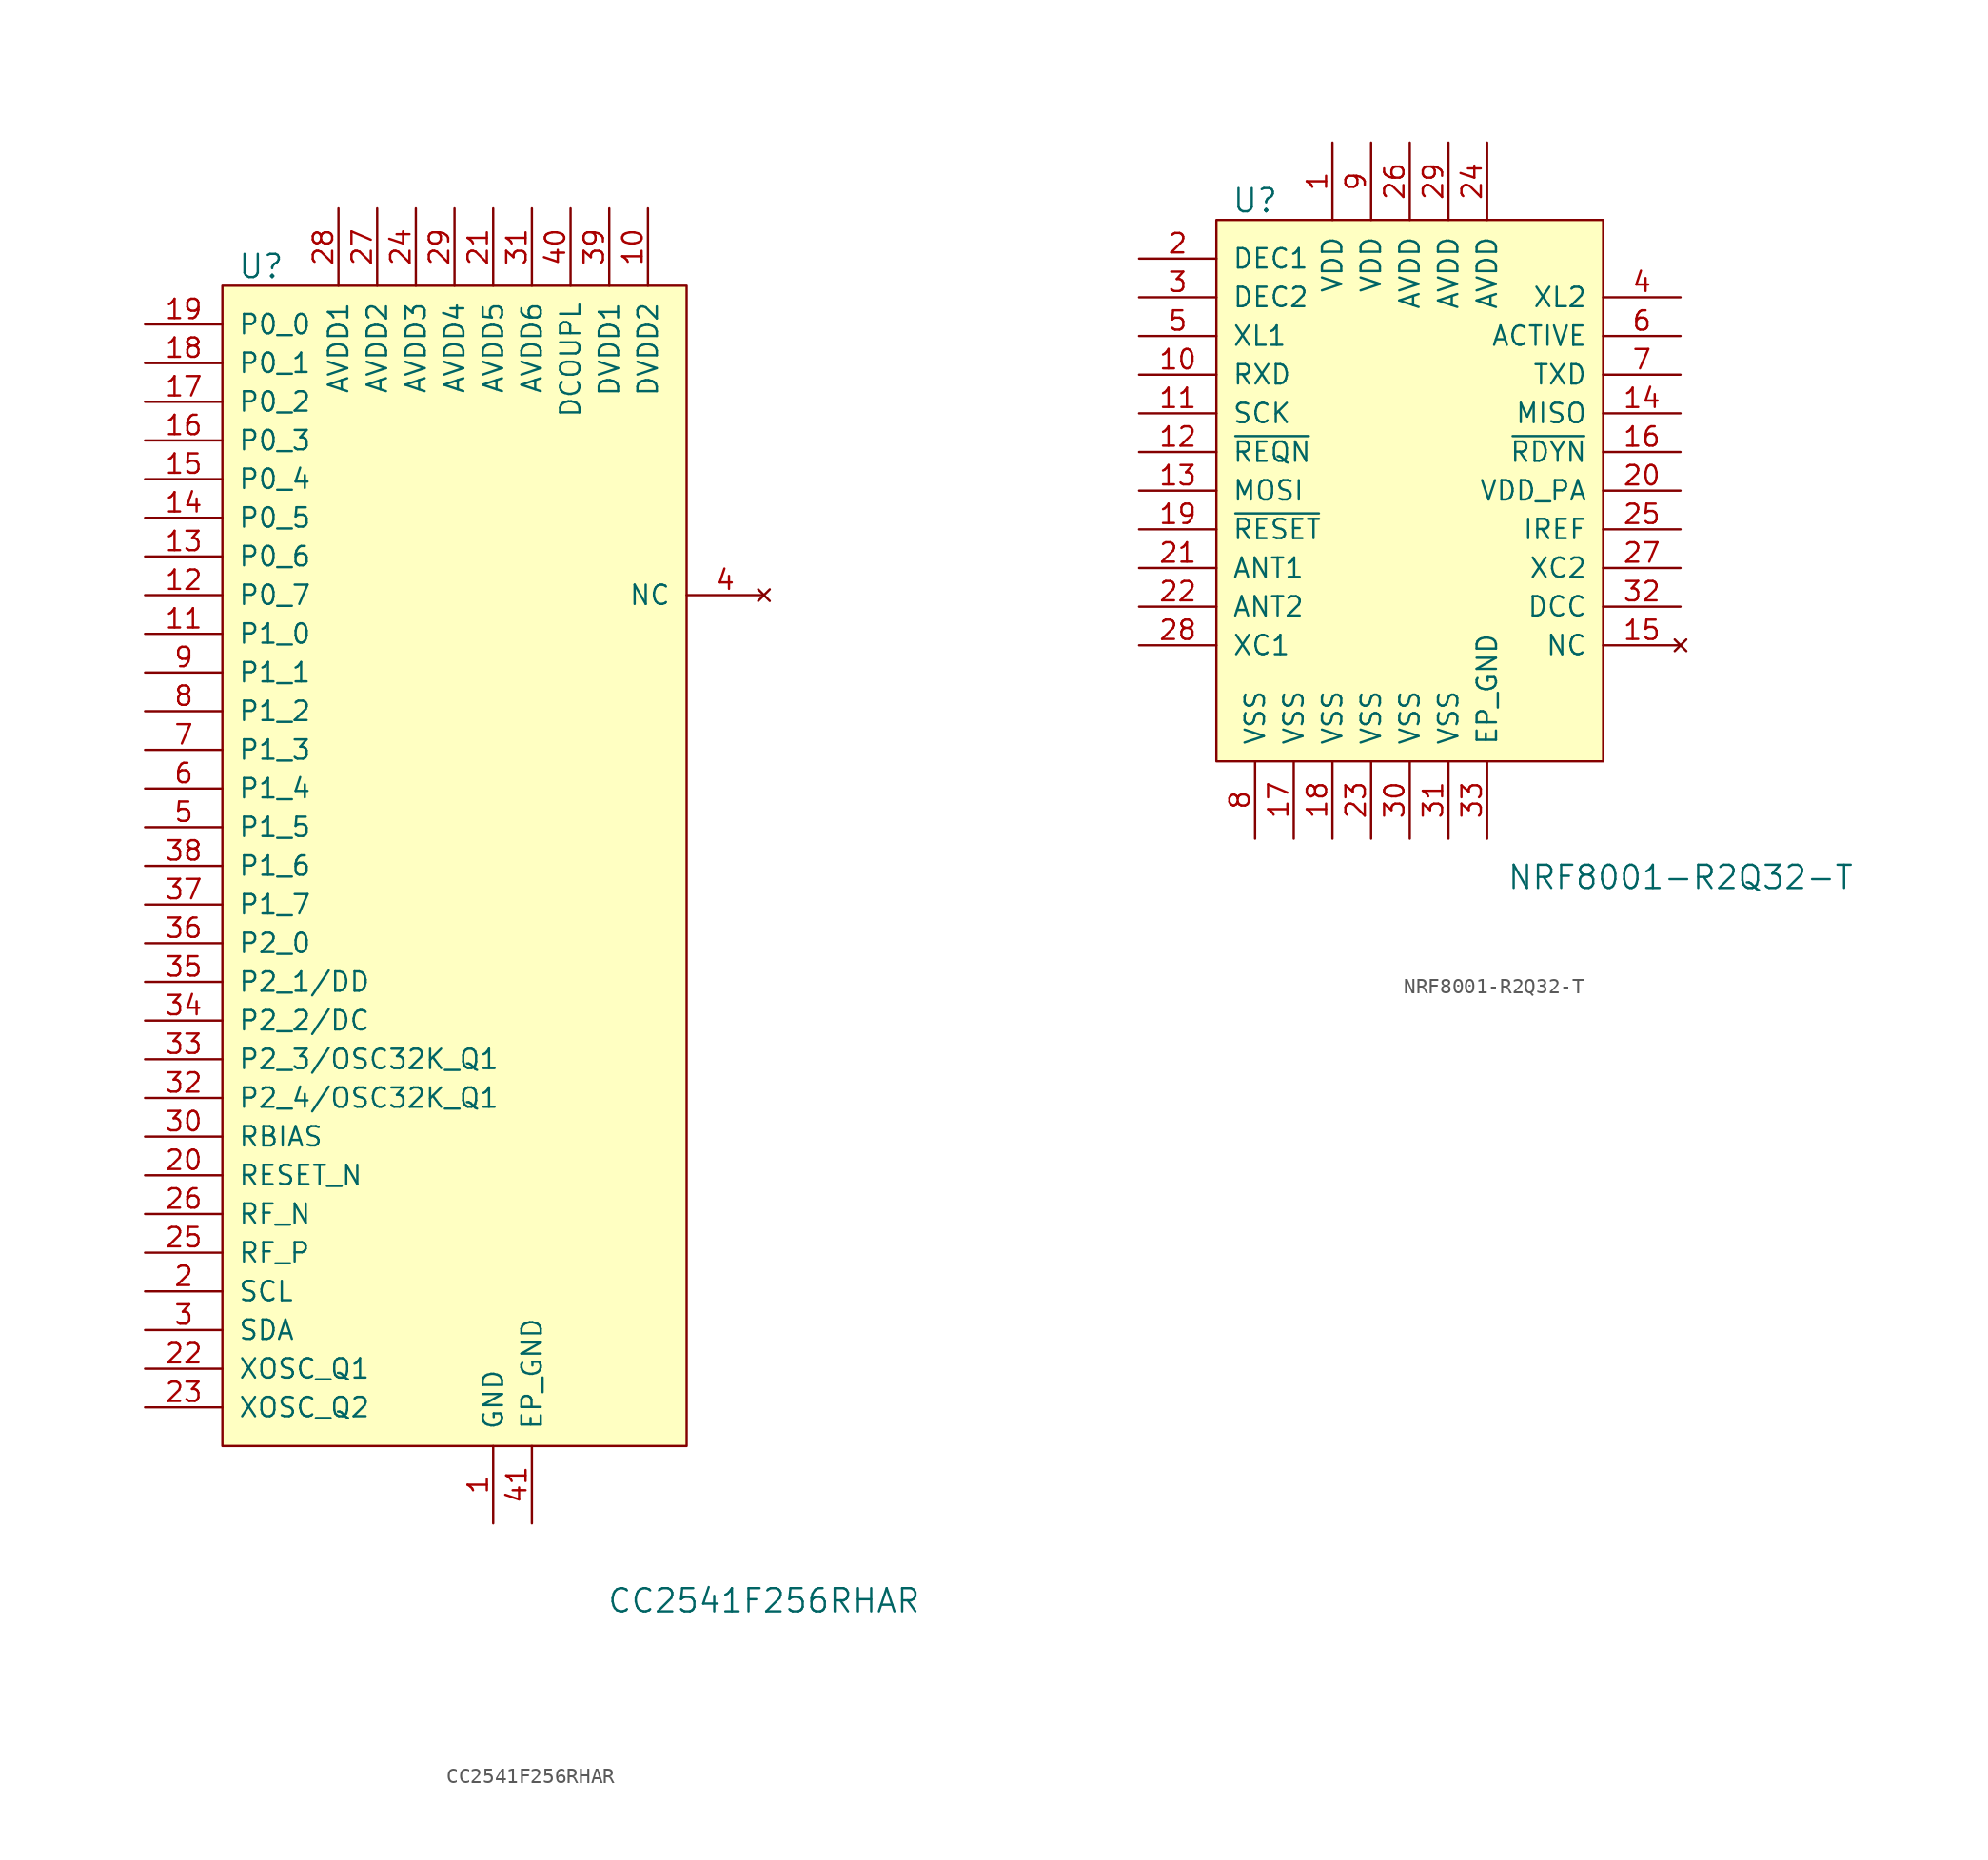
<source format=kicad_sym>
(kicad_symbol_lib
  (version 20220914)
  (generator kicad_symbol_editor)
  (symbol "CC2541F256RHAR"
    (pin_names
      (offset 1.016))
    (property "Reference" "U"
      (at -10.16 41.91 0)
      (effects (font (size 1.524 1.524))))
    (property "Value" "CC2541F256RHAR"
      (at 22.86 -45.72 0)
      (effects (font (size 1.524 1.524))))
    (symbol "CC2541F256RHAR_0_1"
      (rectangle (start -12.7 40.64) (end 17.78 -35.56) (stroke (width 0) (type solid)) (fill (type background))))
    (symbol "CC2541F256RHAR_1_1"
      (pin power_in line (at 5.08 -40.64 90) (length 5.08) (name "GND" (effects (font (size 1.27 1.27)))) (number "1" (effects (font (size 1.27 1.27)))))
      (pin power_in line (at 15.24 45.72 270) (length 5.08) (name "DVDD2" (effects (font (size 1.27 1.27)))) (number "10" (effects (font (size 1.27 1.27)))))
      (pin bidirectional line (at -17.78 17.78 0) (length 5.08) (name "P1_0" (effects (font (size 1.27 1.27)))) (number "11" (effects (font (size 1.27 1.27)))))
      (pin bidirectional line (at -17.78 20.32 0) (length 5.08) (name "P0_7" (effects (font (size 1.27 1.27)))) (number "12" (effects (font (size 1.27 1.27)))))
      (pin bidirectional line (at -17.78 22.86 0) (length 5.08) (name "P0_6" (effects (font (size 1.27 1.27)))) (number "13" (effects (font (size 1.27 1.27)))))
      (pin bidirectional line (at -17.78 25.4 0) (length 5.08) (name "P0_5" (effects (font (size 1.27 1.27)))) (number "14" (effects (font (size 1.27 1.27)))))
      (pin bidirectional line (at -17.78 27.94 0) (length 5.08) (name "P0_4" (effects (font (size 1.27 1.27)))) (number "15" (effects (font (size 1.27 1.27)))))
      (pin bidirectional line (at -17.78 30.48 0) (length 5.08) (name "P0_3" (effects (font (size 1.27 1.27)))) (number "16" (effects (font (size 1.27 1.27)))))
      (pin bidirectional line (at -17.78 33.02 0) (length 5.08) (name "P0_2" (effects (font (size 1.27 1.27)))) (number "17" (effects (font (size 1.27 1.27)))))
      (pin bidirectional line (at -17.78 35.56 0) (length 5.08) (name "P0_1" (effects (font (size 1.27 1.27)))) (number "18" (effects (font (size 1.27 1.27)))))
      (pin bidirectional line (at -17.78 38.1 0) (length 5.08) (name "P0_0" (effects (font (size 1.27 1.27)))) (number "19" (effects (font (size 1.27 1.27)))))
      (pin bidirectional line (at -17.78 -25.4 0) (length 5.08) (name "SCL" (effects (font (size 1.27 1.27)))) (number "2" (effects (font (size 1.27 1.27)))))
      (pin input line (at -17.78 -17.78 0) (length 5.08) (name "RESET_N" (effects (font (size 1.27 1.27)))) (number "20" (effects (font (size 1.27 1.27)))))
      (pin power_in line (at 5.08 45.72 270) (length 5.08) (name "AVDD5" (effects (font (size 1.27 1.27)))) (number "21" (effects (font (size 1.27 1.27)))))
      (pin bidirectional line (at -17.78 -30.48 0) (length 5.08) (name "XOSC_Q1" (effects (font (size 1.27 1.27)))) (number "22" (effects (font (size 1.27 1.27)))))
      (pin bidirectional line (at -17.78 -33.02 0) (length 5.08) (name "XOSC_Q2" (effects (font (size 1.27 1.27)))) (number "23" (effects (font (size 1.27 1.27)))))
      (pin power_in line (at 0 45.72 270) (length 5.08) (name "AVDD3" (effects (font (size 1.27 1.27)))) (number "24" (effects (font (size 1.27 1.27)))))
      (pin bidirectional line (at -17.78 -22.86 0) (length 5.08) (name "RF_P" (effects (font (size 1.27 1.27)))) (number "25" (effects (font (size 1.27 1.27)))))
      (pin bidirectional line (at -17.78 -20.32 0) (length 5.08) (name "RF_N" (effects (font (size 1.27 1.27)))) (number "26" (effects (font (size 1.27 1.27)))))
      (pin power_in line (at -2.54 45.72 270) (length 5.08) (name "AVDD2" (effects (font (size 1.27 1.27)))) (number "27" (effects (font (size 1.27 1.27)))))
      (pin power_in line (at -5.08 45.72 270) (length 5.08) (name "AVDD1" (effects (font (size 1.27 1.27)))) (number "28" (effects (font (size 1.27 1.27)))))
      (pin power_in line (at 2.54 45.72 270) (length 5.08) (name "AVDD4" (effects (font (size 1.27 1.27)))) (number "29" (effects (font (size 1.27 1.27)))))
      (pin bidirectional line (at -17.78 -27.94 0) (length 5.08) (name "SDA" (effects (font (size 1.27 1.27)))) (number "3" (effects (font (size 1.27 1.27)))))
      (pin bidirectional line (at -17.78 -15.24 0) (length 5.08) (name "RBIAS" (effects (font (size 1.27 1.27)))) (number "30" (effects (font (size 1.27 1.27)))))
      (pin power_in line (at 7.62 45.72 270) (length 5.08) (name "AVDD6" (effects (font (size 1.27 1.27)))) (number "31" (effects (font (size 1.27 1.27)))))
      (pin bidirectional line (at -17.78 -12.7 0) (length 5.08) (name "P2_4/OSC32K_Q1" (effects (font (size 1.27 1.27)))) (number "32" (effects (font (size 1.27 1.27)))))
      (pin bidirectional line (at -17.78 -10.16 0) (length 5.08) (name "P2_3/OSC32K_Q1" (effects (font (size 1.27 1.27)))) (number "33" (effects (font (size 1.27 1.27)))))
      (pin bidirectional line (at -17.78 -7.62 0) (length 5.08) (name "P2_2/DC" (effects (font (size 1.27 1.27)))) (number "34" (effects (font (size 1.27 1.27)))))
      (pin bidirectional line (at -17.78 -5.08 0) (length 5.08) (name "P2_1/DD" (effects (font (size 1.27 1.27)))) (number "35" (effects (font (size 1.27 1.27)))))
      (pin bidirectional line (at -17.78 -2.54 0) (length 5.08) (name "P2_0" (effects (font (size 1.27 1.27)))) (number "36" (effects (font (size 1.27 1.27)))))
      (pin bidirectional line (at -17.78 0 0) (length 5.08) (name "P1_7" (effects (font (size 1.27 1.27)))) (number "37" (effects (font (size 1.27 1.27)))))
      (pin bidirectional line (at -17.78 2.54 0) (length 5.08) (name "P1_6" (effects (font (size 1.27 1.27)))) (number "38" (effects (font (size 1.27 1.27)))))
      (pin power_in line (at 12.7 45.72 270) (length 5.08) (name "DVDD1" (effects (font (size 1.27 1.27)))) (number "39" (effects (font (size 1.27 1.27)))))
      (pin no_connect line (at 22.86 20.32 180) (length 5.08) (name "NC" (effects (font (size 1.27 1.27)))) (number "4" (effects (font (size 1.27 1.27)))))
      (pin power_in line (at 10.16 45.72 270) (length 5.08) (name "DCOUPL" (effects (font (size 1.27 1.27)))) (number "40" (effects (font (size 1.27 1.27)))))
      (pin power_in line (at 7.62 -40.64 90) (length 5.08) (name "EP_GND" (effects (font (size 1.27 1.27)))) (number "41" (effects (font (size 1.27 1.27)))))
      (pin bidirectional line (at -17.78 5.08 0) (length 5.08) (name "P1_5" (effects (font (size 1.27 1.27)))) (number "5" (effects (font (size 1.27 1.27)))))
      (pin bidirectional line (at -17.78 7.62 0) (length 5.08) (name "P1_4" (effects (font (size 1.27 1.27)))) (number "6" (effects (font (size 1.27 1.27)))))
      (pin bidirectional line (at -17.78 10.16 0) (length 5.08) (name "P1_3" (effects (font (size 1.27 1.27)))) (number "7" (effects (font (size 1.27 1.27)))))
      (pin bidirectional line (at -17.78 12.7 0) (length 5.08) (name "P1_2" (effects (font (size 1.27 1.27)))) (number "8" (effects (font (size 1.27 1.27)))))
      (pin bidirectional line (at -17.78 15.24 0) (length 5.08) (name "P1_1" (effects (font (size 1.27 1.27)))) (number "9" (effects (font (size 1.27 1.27)))))))
  (symbol "NRF8001-R2Q32-T"
    (pin_names
      (offset 1.016))
    (property "Reference" "U"
      (at -10.16 16.51 0)
      (effects (font (size 1.524 1.524))))
    (property "Value" "NRF8001-R2Q32-T"
      (at 17.78 -27.94 0)
      (effects (font (size 1.524 1.524))))
    (symbol "NRF8001-R2Q32-T_0_1"
      (rectangle (start -12.7 15.24) (end 12.7 -20.32) (stroke (width 0) (type solid)) (fill (type background))))
    (symbol "NRF8001-R2Q32-T_1_1"
      (pin power_in line (at -5.08 20.32 270) (length 5.08) (name "VDD" (effects (font (size 1.27 1.27)))) (number "1" (effects (font (size 1.27 1.27)))))
      (pin input line (at -17.78 5.08 0) (length 5.08) (name "RXD" (effects (font (size 1.27 1.27)))) (number "10" (effects (font (size 1.27 1.27)))))
      (pin input line (at -17.78 2.54 0) (length 5.08) (name "SCK" (effects (font (size 1.27 1.27)))) (number "11" (effects (font (size 1.27 1.27)))))
      (pin input line (at -17.78 0 0) (length 5.08) (name "~{REQN}" (effects (font (size 1.27 1.27)))) (number "12" (effects (font (size 1.27 1.27)))))
      (pin input line (at -17.78 -2.54 0) (length 5.08) (name "MOSI" (effects (font (size 1.27 1.27)))) (number "13" (effects (font (size 1.27 1.27)))))
      (pin output line (at 17.78 2.54 180) (length 5.08) (name "MISO" (effects (font (size 1.27 1.27)))) (number "14" (effects (font (size 1.27 1.27)))))
      (pin no_connect line (at 17.78 -12.7 180) (length 5.08) (name "NC" (effects (font (size 1.27 1.27)))) (number "15" (effects (font (size 1.27 1.27)))))
      (pin output line (at 17.78 0 180) (length 5.08) (name "~{RDYN}" (effects (font (size 1.27 1.27)))) (number "16" (effects (font (size 1.27 1.27)))))
      (pin power_in line (at -7.62 -25.4 90) (length 5.08) (name "VSS" (effects (font (size 1.27 1.27)))) (number "17" (effects (font (size 1.27 1.27)))))
      (pin power_in line (at -5.08 -25.4 90) (length 5.08) (name "VSS" (effects (font (size 1.27 1.27)))) (number "18" (effects (font (size 1.27 1.27)))))
      (pin input line (at -17.78 -5.08 0) (length 5.08) (name "~{RESET}" (effects (font (size 1.27 1.27)))) (number "19" (effects (font (size 1.27 1.27)))))
      (pin unspecified line (at -17.78 12.7 0) (length 5.08) (name "DEC1" (effects (font (size 1.27 1.27)))) (number "2" (effects (font (size 1.27 1.27)))))
      (pin power_out line (at 17.78 -2.54 180) (length 5.08) (name "VDD_PA" (effects (font (size 1.27 1.27)))) (number "20" (effects (font (size 1.27 1.27)))))
      (pin input line (at -17.78 -7.62 0) (length 5.08) (name "ANT1" (effects (font (size 1.27 1.27)))) (number "21" (effects (font (size 1.27 1.27)))))
      (pin input line (at -17.78 -10.16 0) (length 5.08) (name "ANT2" (effects (font (size 1.27 1.27)))) (number "22" (effects (font (size 1.27 1.27)))))
      (pin power_in line (at -2.54 -25.4 90) (length 5.08) (name "VSS" (effects (font (size 1.27 1.27)))) (number "23" (effects (font (size 1.27 1.27)))))
      (pin power_in line (at 5.08 20.32 270) (length 5.08) (name "AVDD" (effects (font (size 1.27 1.27)))) (number "24" (effects (font (size 1.27 1.27)))))
      (pin output line (at 17.78 -5.08 180) (length 5.08) (name "IREF" (effects (font (size 1.27 1.27)))) (number "25" (effects (font (size 1.27 1.27)))))
      (pin power_in line (at 0 20.32 270) (length 5.08) (name "AVDD" (effects (font (size 1.27 1.27)))) (number "26" (effects (font (size 1.27 1.27)))))
      (pin output line (at 17.78 -7.62 180) (length 5.08) (name "XC2" (effects (font (size 1.27 1.27)))) (number "27" (effects (font (size 1.27 1.27)))))
      (pin input line (at -17.78 -12.7 0) (length 5.08) (name "XC1" (effects (font (size 1.27 1.27)))) (number "28" (effects (font (size 1.27 1.27)))))
      (pin power_in line (at 2.54 20.32 270) (length 5.08) (name "AVDD" (effects (font (size 1.27 1.27)))) (number "29" (effects (font (size 1.27 1.27)))))
      (pin unspecified line (at -17.78 10.16 0) (length 5.08) (name "DEC2" (effects (font (size 1.27 1.27)))) (number "3" (effects (font (size 1.27 1.27)))))
      (pin power_in line (at 0 -25.4 90) (length 5.08) (name "VSS" (effects (font (size 1.27 1.27)))) (number "30" (effects (font (size 1.27 1.27)))))
      (pin power_in line (at 2.54 -25.4 90) (length 5.08) (name "VSS" (effects (font (size 1.27 1.27)))) (number "31" (effects (font (size 1.27 1.27)))))
      (pin output line (at 17.78 -10.16 180) (length 5.08) (name "DCC" (effects (font (size 1.27 1.27)))) (number "32" (effects (font (size 1.27 1.27)))))
      (pin power_in line (at 5.08 -25.4 90) (length 5.08) (name "EP_GND" (effects (font (size 1.27 1.27)))) (number "33" (effects (font (size 1.27 1.27)))))
      (pin output line (at 17.78 10.16 180) (length 5.08) (name "XL2" (effects (font (size 1.27 1.27)))) (number "4" (effects (font (size 1.27 1.27)))))
      (pin input line (at -17.78 7.62 0) (length 5.08) (name "XL1" (effects (font (size 1.27 1.27)))) (number "5" (effects (font (size 1.27 1.27)))))
      (pin output line (at 17.78 7.62 180) (length 5.08) (name "ACTIVE" (effects (font (size 1.27 1.27)))) (number "6" (effects (font (size 1.27 1.27)))))
      (pin output line (at 17.78 5.08 180) (length 5.08) (name "TXD" (effects (font (size 1.27 1.27)))) (number "7" (effects (font (size 1.27 1.27)))))
      (pin power_in line (at -10.16 -25.4 90) (length 5.08) (name "VSS" (effects (font (size 1.27 1.27)))) (number "8" (effects (font (size 1.27 1.27)))))
      (pin power_in line (at -2.54 20.32 270) (length 5.08) (name "VDD" (effects (font (size 1.27 1.27)))) (number "9" (effects (font (size 1.27 1.27))))))))
</source>
